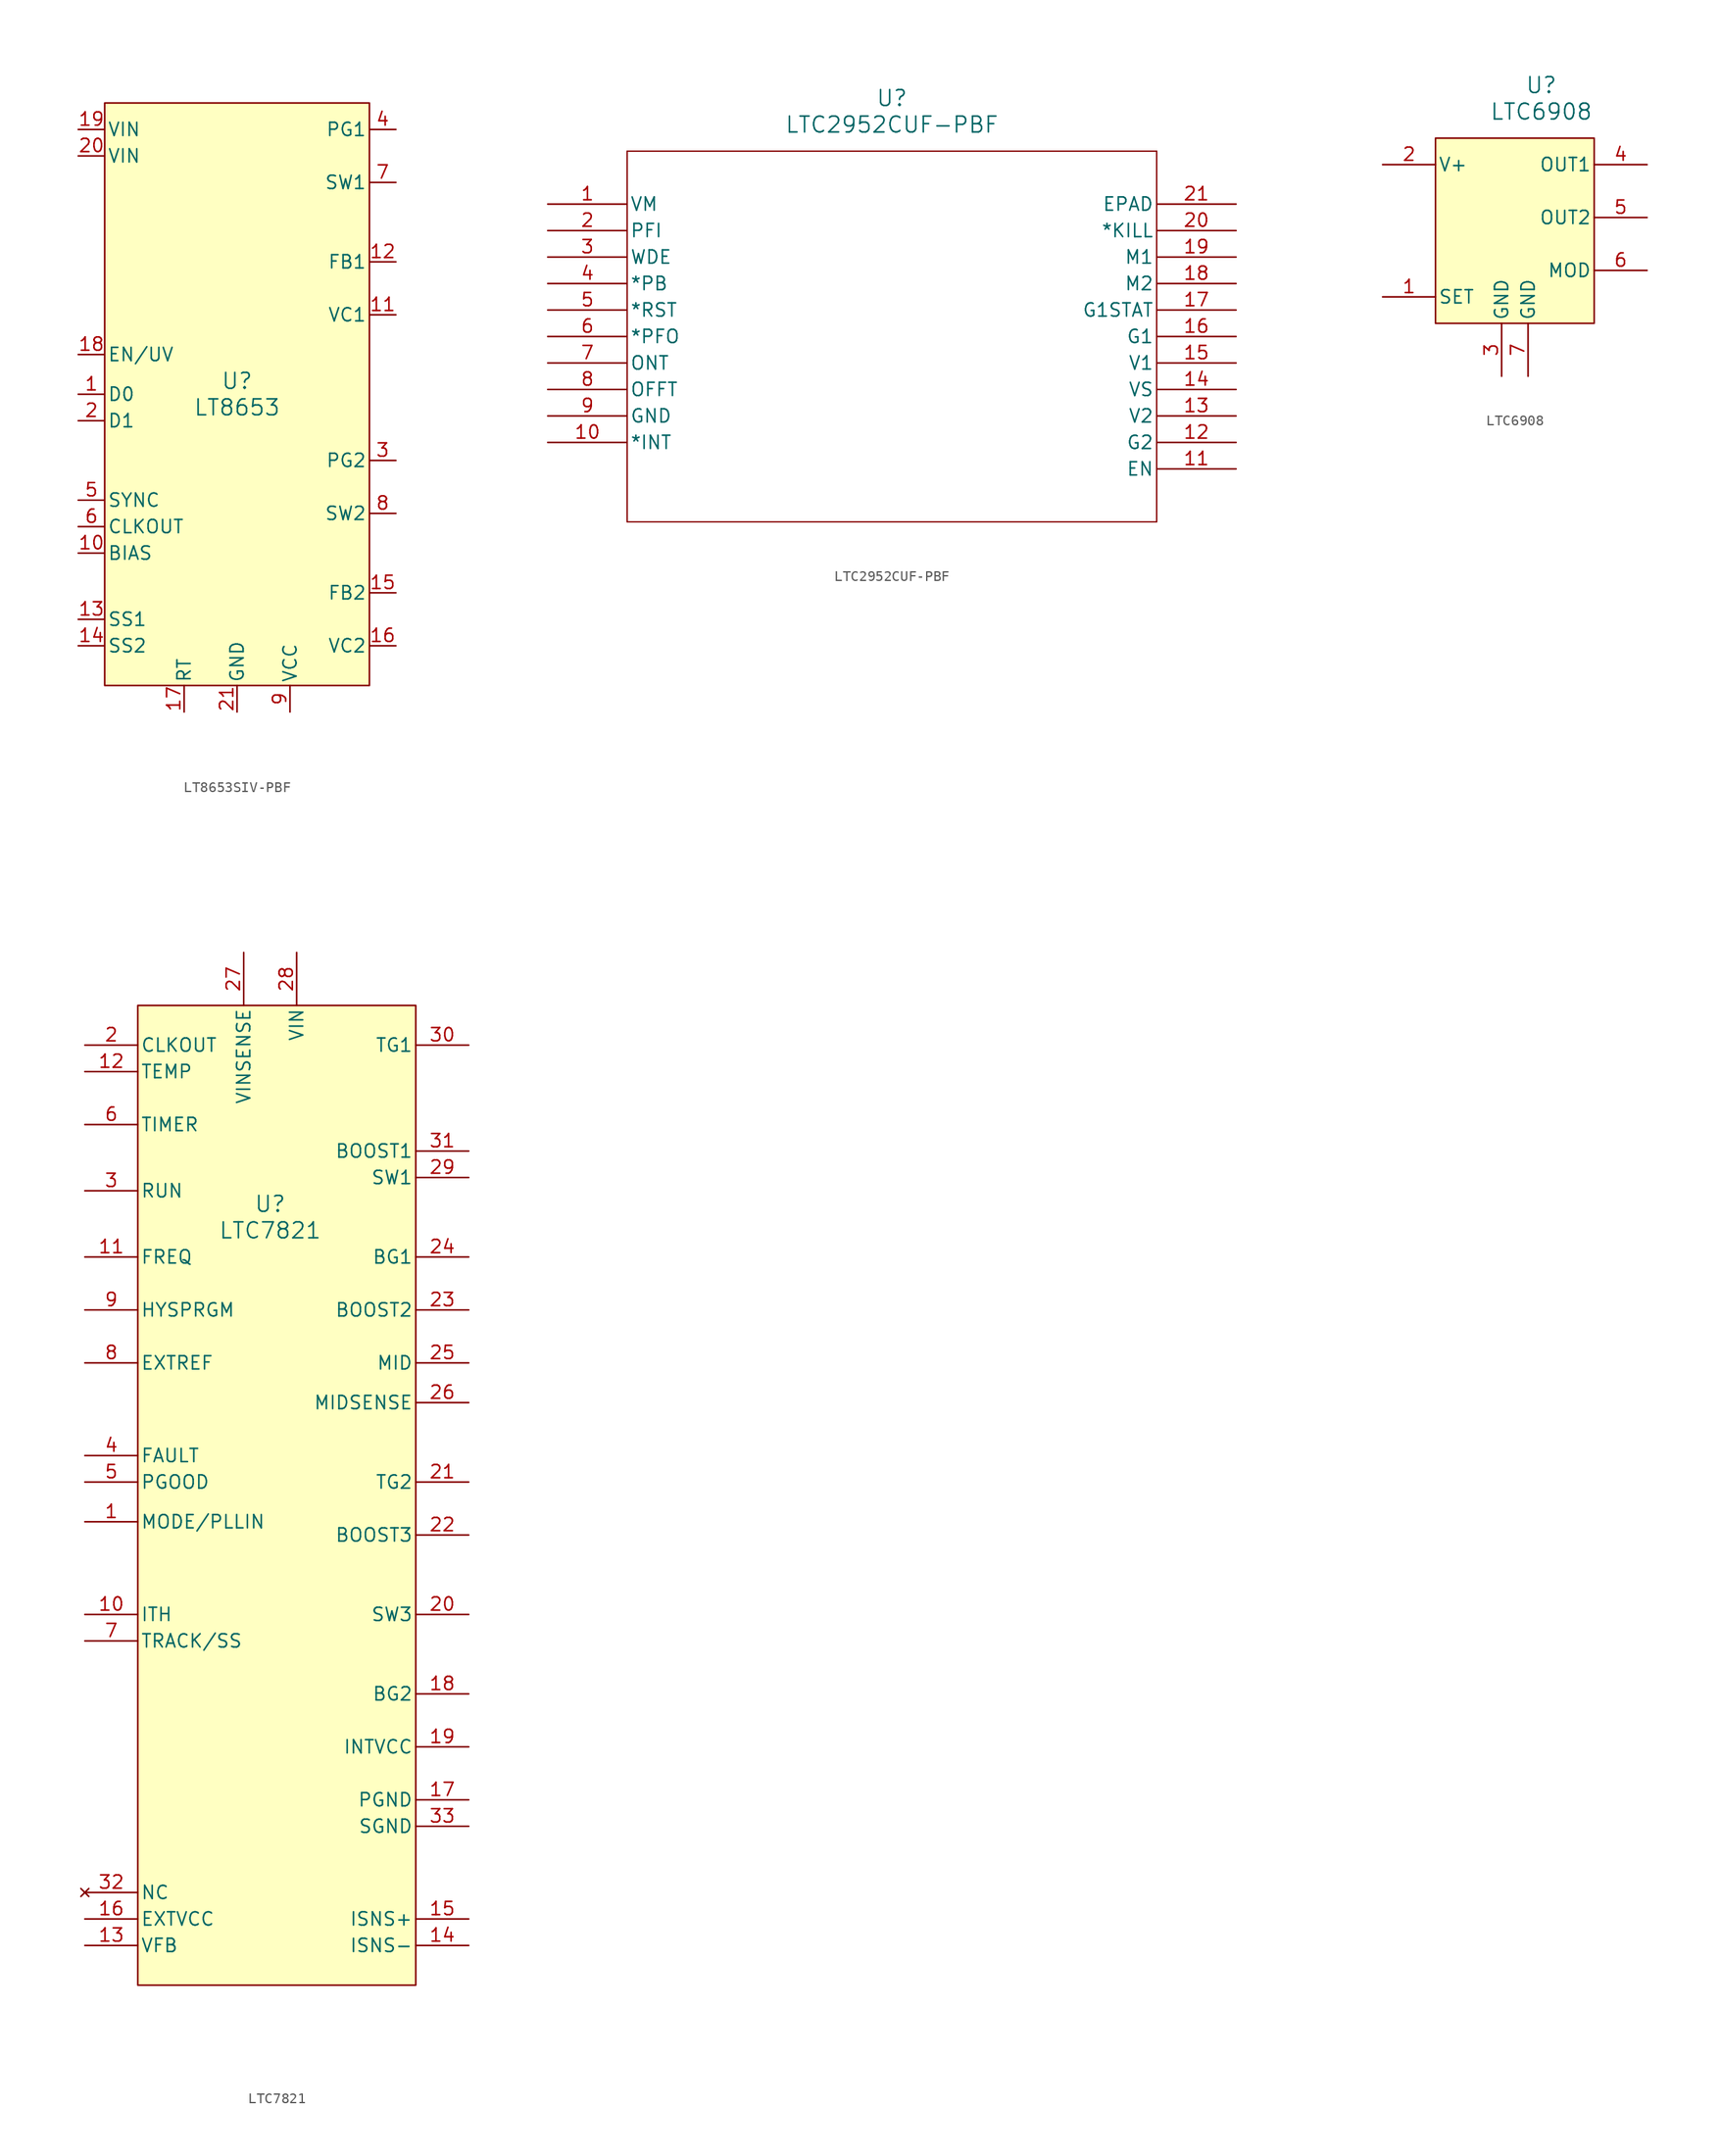
<source format=kicad_sym>
(kicad_symbol_lib
  (version 20220914)
  (generator kicad_symbol_editor)
  (symbol "LT8653SIV-PBF"
    (pin_names
      (offset 0.254))
    (property "Reference" "U"
      (at 24.13 -24.13 0)
      (effects (font (size 1.524 1.524))))
    (property "Value" "LT8653"
      (at 24.13 -26.67 0)
      (effects (font (size 1.524 1.524))))
    (property "ki_locked" ""
      (at 0 0 0)
      (effects (font (size 1.27 1.27))))
    (symbol "LT8653SIV-PBF_0_1"
      (pin input line (at 8.89 -25.4 0) (length 2.54) (name "D0" (effects (font (size 1.27 1.27)))) (number "1" (effects (font (size 1.27 1.27)))))
      (pin power_in line (at 8.89 -40.64 0) (length 2.54) (name "BIAS" (effects (font (size 1.27 1.27)))) (number "10" (effects (font (size 1.27 1.27)))))
      (pin output line (at 39.37 -17.78 180) (length 2.54) (name "VC1" (effects (font (size 1.27 1.27)))) (number "11" (effects (font (size 1.27 1.27)))))
      (pin input line (at 39.37 -12.7 180) (length 2.54) (name "FB1" (effects (font (size 1.27 1.27)))) (number "12" (effects (font (size 1.27 1.27)))))
      (pin input line (at 8.89 -46.99 0) (length 2.54) (name "SS1" (effects (font (size 1.27 1.27)))) (number "13" (effects (font (size 1.27 1.27)))))
      (pin input line (at 8.89 -49.53 0) (length 2.54) (name "SS2" (effects (font (size 1.27 1.27)))) (number "14" (effects (font (size 1.27 1.27)))))
      (pin input line (at 39.37 -44.45 180) (length 2.54) (name "FB2" (effects (font (size 1.27 1.27)))) (number "15" (effects (font (size 1.27 1.27)))))
      (pin output line (at 39.37 -49.53 180) (length 2.54) (name "VC2" (effects (font (size 1.27 1.27)))) (number "16" (effects (font (size 1.27 1.27)))))
      (pin unspecified line (at 19.05 -55.88 90) (length 2.54) (name "RT" (effects (font (size 1.27 1.27)))) (number "17" (effects (font (size 1.27 1.27)))))
      (pin input line (at 8.89 -21.59 0) (length 2.54) (name "EN/UV" (effects (font (size 1.27 1.27)))) (number "18" (effects (font (size 1.27 1.27)))))
      (pin power_in line (at 8.89 0 0) (length 2.54) (name "VIN" (effects (font (size 1.27 1.27)))) (number "19" (effects (font (size 1.27 1.27)))))
      (pin input line (at 8.89 -27.94 0) (length 2.54) (name "D1" (effects (font (size 1.27 1.27)))) (number "2" (effects (font (size 1.27 1.27)))))
      (pin power_in line (at 8.89 -2.54 0) (length 2.54) (name "VIN" (effects (font (size 1.27 1.27)))) (number "20" (effects (font (size 1.27 1.27)))))
      (pin power_out line (at 24.13 -55.88 90) (length 2.54) (name "GND" (effects (font (size 1.27 1.27)))) (number "21" (effects (font (size 1.27 1.27)))))
      (pin output line (at 39.37 -31.75 180) (length 2.54) (name "PG2" (effects (font (size 1.27 1.27)))) (number "3" (effects (font (size 1.27 1.27)))))
      (pin output line (at 39.37 0 180) (length 2.54) (name "PG1" (effects (font (size 1.27 1.27)))) (number "4" (effects (font (size 1.27 1.27)))))
      (pin input line (at 8.89 -35.56 0) (length 2.54) (name "SYNC" (effects (font (size 1.27 1.27)))) (number "5" (effects (font (size 1.27 1.27)))))
      (pin output line (at 8.89 -38.1 0) (length 2.54) (name "CLKOUT" (effects (font (size 1.27 1.27)))) (number "6" (effects (font (size 1.27 1.27)))))
      (pin output line (at 39.37 -5.08 180) (length 2.54) (name "SW1" (effects (font (size 1.27 1.27)))) (number "7" (effects (font (size 1.27 1.27)))))
      (pin output line (at 39.37 -36.83 180) (length 2.54) (name "SW2" (effects (font (size 1.27 1.27)))) (number "8" (effects (font (size 1.27 1.27)))))
      (pin power_in line (at 29.21 -55.88 90) (length 2.54) (name "VCC" (effects (font (size 1.27 1.27)))) (number "9" (effects (font (size 1.27 1.27))))))
    (symbol "LT8653SIV-PBF_1_1"
      (rectangle (start 11.43 2.54) (end 36.83 -53.34) (stroke (width 0) (type default)) (fill (type background)))))
  (symbol "LTC2952CUF-PBF"
    (pin_names
      (offset 0.254))
    (property "Reference" "U"
      (at 33.02 10.16 0)
      (effects (font (size 1.524 1.524))))
    (property "Value" "LTC2952CUF-PBF"
      (at 33.02 7.62 0)
      (effects (font (size 1.524 1.524))))
    (property "ki_locked" ""
      (at 0 0 0)
      (effects (font (size 1.27 1.27))))
    (symbol "LTC2952CUF-PBF_0_1"
      (polyline (pts (xy 7.62 -30.48) (xy 58.42 -30.48)) (stroke (width 0.127) (type default)) (fill (type none)))
      (polyline (pts (xy 7.62 5.08) (xy 7.62 -30.48)) (stroke (width 0.127) (type default)) (fill (type none)))
      (polyline (pts (xy 58.42 -30.48) (xy 58.42 5.08)) (stroke (width 0.127) (type default)) (fill (type none)))
      (polyline (pts (xy 58.42 5.08) (xy 7.62 5.08)) (stroke (width 0.127) (type default)) (fill (type none)))
      (pin input line (at 0 0 0) (length 7.62) (name "VM" (effects (font (size 1.27 1.27)))) (number "1" (effects (font (size 1.27 1.27)))))
      (pin output line (at 0 -22.86 0) (length 7.62) (name "*INT" (effects (font (size 1.27 1.27)))) (number "10" (effects (font (size 1.27 1.27)))))
      (pin output line (at 66.04 -25.4 180) (length 7.62) (name "EN" (effects (font (size 1.27 1.27)))) (number "11" (effects (font (size 1.27 1.27)))))
      (pin output line (at 66.04 -22.86 180) (length 7.62) (name "G2" (effects (font (size 1.27 1.27)))) (number "12" (effects (font (size 1.27 1.27)))))
      (pin input line (at 66.04 -20.32 180) (length 7.62) (name "V2" (effects (font (size 1.27 1.27)))) (number "13" (effects (font (size 1.27 1.27)))))
      (pin input line (at 66.04 -17.78 180) (length 7.62) (name "VS" (effects (font (size 1.27 1.27)))) (number "14" (effects (font (size 1.27 1.27)))))
      (pin input line (at 66.04 -15.24 180) (length 7.62) (name "V1" (effects (font (size 1.27 1.27)))) (number "15" (effects (font (size 1.27 1.27)))))
      (pin output line (at 66.04 -12.7 180) (length 7.62) (name "G1" (effects (font (size 1.27 1.27)))) (number "16" (effects (font (size 1.27 1.27)))))
      (pin output line (at 66.04 -10.16 180) (length 7.62) (name "G1STAT" (effects (font (size 1.27 1.27)))) (number "17" (effects (font (size 1.27 1.27)))))
      (pin input line (at 66.04 -7.62 180) (length 7.62) (name "M2" (effects (font (size 1.27 1.27)))) (number "18" (effects (font (size 1.27 1.27)))))
      (pin input line (at 66.04 -5.08 180) (length 7.62) (name "M1" (effects (font (size 1.27 1.27)))) (number "19" (effects (font (size 1.27 1.27)))))
      (pin input line (at 0 -2.54 0) (length 7.62) (name "PFI" (effects (font (size 1.27 1.27)))) (number "2" (effects (font (size 1.27 1.27)))))
      (pin input line (at 66.04 -2.54 180) (length 7.62) (name "*KILL" (effects (font (size 1.27 1.27)))) (number "20" (effects (font (size 1.27 1.27)))))
      (pin unspecified line (at 66.04 0 180) (length 7.62) (name "EPAD" (effects (font (size 1.27 1.27)))) (number "21" (effects (font (size 1.27 1.27)))))
      (pin input line (at 0 -5.08 0) (length 7.62) (name "WDE" (effects (font (size 1.27 1.27)))) (number "3" (effects (font (size 1.27 1.27)))))
      (pin input line (at 0 -7.62 0) (length 7.62) (name "*PB" (effects (font (size 1.27 1.27)))) (number "4" (effects (font (size 1.27 1.27)))))
      (pin output line (at 0 -10.16 0) (length 7.62) (name "*RST" (effects (font (size 1.27 1.27)))) (number "5" (effects (font (size 1.27 1.27)))))
      (pin output line (at 0 -12.7 0) (length 7.62) (name "*PFO" (effects (font (size 1.27 1.27)))) (number "6" (effects (font (size 1.27 1.27)))))
      (pin input line (at 0 -15.24 0) (length 7.62) (name "ONT" (effects (font (size 1.27 1.27)))) (number "7" (effects (font (size 1.27 1.27)))))
      (pin input line (at 0 -17.78 0) (length 7.62) (name "OFFT" (effects (font (size 1.27 1.27)))) (number "8" (effects (font (size 1.27 1.27)))))
      (pin power_in line (at 0 -20.32 0) (length 7.62) (name "GND" (effects (font (size 1.27 1.27)))) (number "9" (effects (font (size 1.27 1.27)))))))
  (symbol "LTC6908"
    (pin_names
      (offset 0.254))
    (property "Reference" "U"
      (at 20.32 10.16 0)
      (effects (font (size 1.524 1.524))))
    (property "Value" "LTC6908"
      (at 20.32 7.62 0)
      (effects (font (size 1.524 1.524))))
    (property "ki_locked" ""
      (at 0 0 0)
      (effects (font (size 1.27 1.27))))
    (symbol "LTC6908_0_1"
      (pin input line (at 5.08 -10.16 0) (length 5.08) (name "SET" (effects (font (size 1.27 1.27)))) (number "1" (effects (font (size 1.27 1.27)))))
      (pin power_in line (at 5.08 2.54 0) (length 5.08) (name "V+" (effects (font (size 1.27 1.27)))) (number "2" (effects (font (size 1.27 1.27)))))
      (pin power_in line (at 16.51 -17.78 90) (length 5.08) (name "GND" (effects (font (size 1.27 1.27)))) (number "3" (effects (font (size 1.27 1.27)))))
      (pin output line (at 30.48 2.54 180) (length 5.08) (name "OUT1" (effects (font (size 1.27 1.27)))) (number "4" (effects (font (size 1.27 1.27)))))
      (pin output line (at 30.48 -2.54 180) (length 5.08) (name "OUT2" (effects (font (size 1.27 1.27)))) (number "5" (effects (font (size 1.27 1.27)))))
      (pin input line (at 30.48 -7.62 180) (length 5.08) (name "MOD" (effects (font (size 1.27 1.27)))) (number "6" (effects (font (size 1.27 1.27)))))
      (pin unspecified line (at 19.05 -17.78 90) (length 5.08) (name "GND" (effects (font (size 1.27 1.27)))) (number "7" (effects (font (size 1.27 1.27))))))
    (symbol "LTC6908_1_1"
      (rectangle (start 10.16 5.08) (end 25.4 -12.7) (stroke (width 0) (type default)) (fill (type background)))))
  (symbol "LTC7821"
    (pin_names
      (offset 0.254))
    (property "Reference" "U"
      (at 0 -13.97 0)
      (effects (font (size 1.524 1.524))))
    (property "Value" "LTC7821"
      (at 0 -16.51 0)
      (effects (font (size 1.524 1.524))))
    (property "ki_locked" ""
      (at 0 0 0)
      (effects (font (size 1.27 1.27))))
    (symbol "LTC7821_0_1"
      (pin unspecified line (at -17.78 -44.45 0) (length 5.08) (name "MODE/PLLIN" (effects (font (size 1.27 1.27)))) (number "1" (effects (font (size 1.27 1.27)))))
      (pin unspecified line (at -17.78 -53.34 0) (length 5.08) (name "ITH" (effects (font (size 1.27 1.27)))) (number "10" (effects (font (size 1.27 1.27)))))
      (pin unspecified line (at -17.78 -19.05 0) (length 5.08) (name "FREQ" (effects (font (size 1.27 1.27)))) (number "11" (effects (font (size 1.27 1.27)))))
      (pin unspecified line (at -17.78 -1.27 0) (length 5.08) (name "TEMP" (effects (font (size 1.27 1.27)))) (number "12" (effects (font (size 1.27 1.27)))))
      (pin unspecified line (at -17.78 -85.09 0) (length 5.08) (name "VFB" (effects (font (size 1.27 1.27)))) (number "13" (effects (font (size 1.27 1.27)))))
      (pin unspecified line (at 19.05 -82.55 180) (length 5.08) (name "ISNS+" (effects (font (size 1.27 1.27)))) (number "15" (effects (font (size 1.27 1.27)))))
      (pin unspecified line (at -17.78 -82.55 0) (length 5.08) (name "EXTVCC" (effects (font (size 1.27 1.27)))) (number "16" (effects (font (size 1.27 1.27)))))
      (pin power_out line (at 19.05 -71.12 180) (length 5.08) (name "PGND" (effects (font (size 1.27 1.27)))) (number "17" (effects (font (size 1.27 1.27)))))
      (pin bidirectional line (at 19.05 -60.96 180) (length 5.08) (name "BG2" (effects (font (size 1.27 1.27)))) (number "18" (effects (font (size 1.27 1.27)))))
      (pin unspecified line (at 19.05 -66.04 180) (length 5.08) (name "INTVCC" (effects (font (size 1.27 1.27)))) (number "19" (effects (font (size 1.27 1.27)))))
      (pin output line (at -17.78 1.27 0) (length 5.08) (name "CLKOUT" (effects (font (size 1.27 1.27)))) (number "2" (effects (font (size 1.27 1.27)))))
      (pin bidirectional line (at 19.05 -53.34 180) (length 5.08) (name "SW3" (effects (font (size 1.27 1.27)))) (number "20" (effects (font (size 1.27 1.27)))))
      (pin bidirectional line (at 19.05 -40.64 180) (length 5.08) (name "TG2" (effects (font (size 1.27 1.27)))) (number "21" (effects (font (size 1.27 1.27)))))
      (pin bidirectional line (at 19.05 -45.72 180) (length 5.08) (name "BOOST3" (effects (font (size 1.27 1.27)))) (number "22" (effects (font (size 1.27 1.27)))))
      (pin bidirectional line (at 19.05 -24.13 180) (length 5.08) (name "BOOST2" (effects (font (size 1.27 1.27)))) (number "23" (effects (font (size 1.27 1.27)))))
      (pin bidirectional line (at 19.05 -19.05 180) (length 5.08) (name "BG1" (effects (font (size 1.27 1.27)))) (number "24" (effects (font (size 1.27 1.27)))))
      (pin unspecified line (at 19.05 -29.21 180) (length 5.08) (name "MID" (effects (font (size 1.27 1.27)))) (number "25" (effects (font (size 1.27 1.27)))))
      (pin unspecified line (at 19.05 -33.02 180) (length 5.08) (name "MIDSENSE" (effects (font (size 1.27 1.27)))) (number "26" (effects (font (size 1.27 1.27)))))
      (pin unspecified line (at -2.54 10.16 270) (length 5.08) (name "VINSENSE" (effects (font (size 1.27 1.27)))) (number "27" (effects (font (size 1.27 1.27)))))
      (pin unspecified line (at 2.54 10.16 270) (length 5.08) (name "VIN" (effects (font (size 1.27 1.27)))) (number "28" (effects (font (size 1.27 1.27)))))
      (pin bidirectional line (at 19.05 -11.43 180) (length 5.08) (name "SW1" (effects (font (size 1.27 1.27)))) (number "29" (effects (font (size 1.27 1.27)))))
      (pin unspecified line (at -17.78 -12.7 0) (length 5.08) (name "RUN" (effects (font (size 1.27 1.27)))) (number "3" (effects (font (size 1.27 1.27)))))
      (pin bidirectional line (at 19.05 1.27 180) (length 5.08) (name "TG1" (effects (font (size 1.27 1.27)))) (number "30" (effects (font (size 1.27 1.27)))))
      (pin bidirectional line (at 19.05 -8.89 180) (length 5.08) (name "BOOST1" (effects (font (size 1.27 1.27)))) (number "31" (effects (font (size 1.27 1.27)))))
      (pin no_connect line (at -17.78 -80.01 0) (length 5.08) (name "NC" (effects (font (size 1.27 1.27)))) (number "32" (effects (font (size 1.27 1.27)))))
      (pin power_out line (at 19.05 -73.66 180) (length 5.08) (name "SGND" (effects (font (size 1.27 1.27)))) (number "33" (effects (font (size 1.27 1.27)))))
      (pin unspecified line (at -17.78 -38.1 0) (length 5.08) (name "FAULT" (effects (font (size 1.27 1.27)))) (number "4" (effects (font (size 1.27 1.27)))))
      (pin unspecified line (at -17.78 -40.64 0) (length 5.08) (name "PGOOD" (effects (font (size 1.27 1.27)))) (number "5" (effects (font (size 1.27 1.27)))))
      (pin unspecified line (at -17.78 -6.35 0) (length 5.08) (name "TIMER" (effects (font (size 1.27 1.27)))) (number "6" (effects (font (size 1.27 1.27)))))
      (pin unspecified line (at -17.78 -55.88 0) (length 5.08) (name "TRACK/SS" (effects (font (size 1.27 1.27)))) (number "7" (effects (font (size 1.27 1.27)))))
      (pin unspecified line (at -17.78 -29.21 0) (length 5.08) (name "EXTREF" (effects (font (size 1.27 1.27)))) (number "8" (effects (font (size 1.27 1.27)))))
      (pin unspecified line (at -17.78 -24.13 0) (length 5.08) (name "HYSPRGM" (effects (font (size 1.27 1.27)))) (number "9" (effects (font (size 1.27 1.27))))))
    (symbol "LTC7821_1_1"
      (rectangle (start -12.7 5.08) (end 13.97 -88.9) (stroke (width 0) (type default)) (fill (type background)))
      (pin unspecified line (at 19.05 -85.09 180) (length 5.08) (name "ISNS-" (effects (font (size 1.27 1.27)))) (number "14" (effects (font (size 1.27 1.27))))))))
</source>
